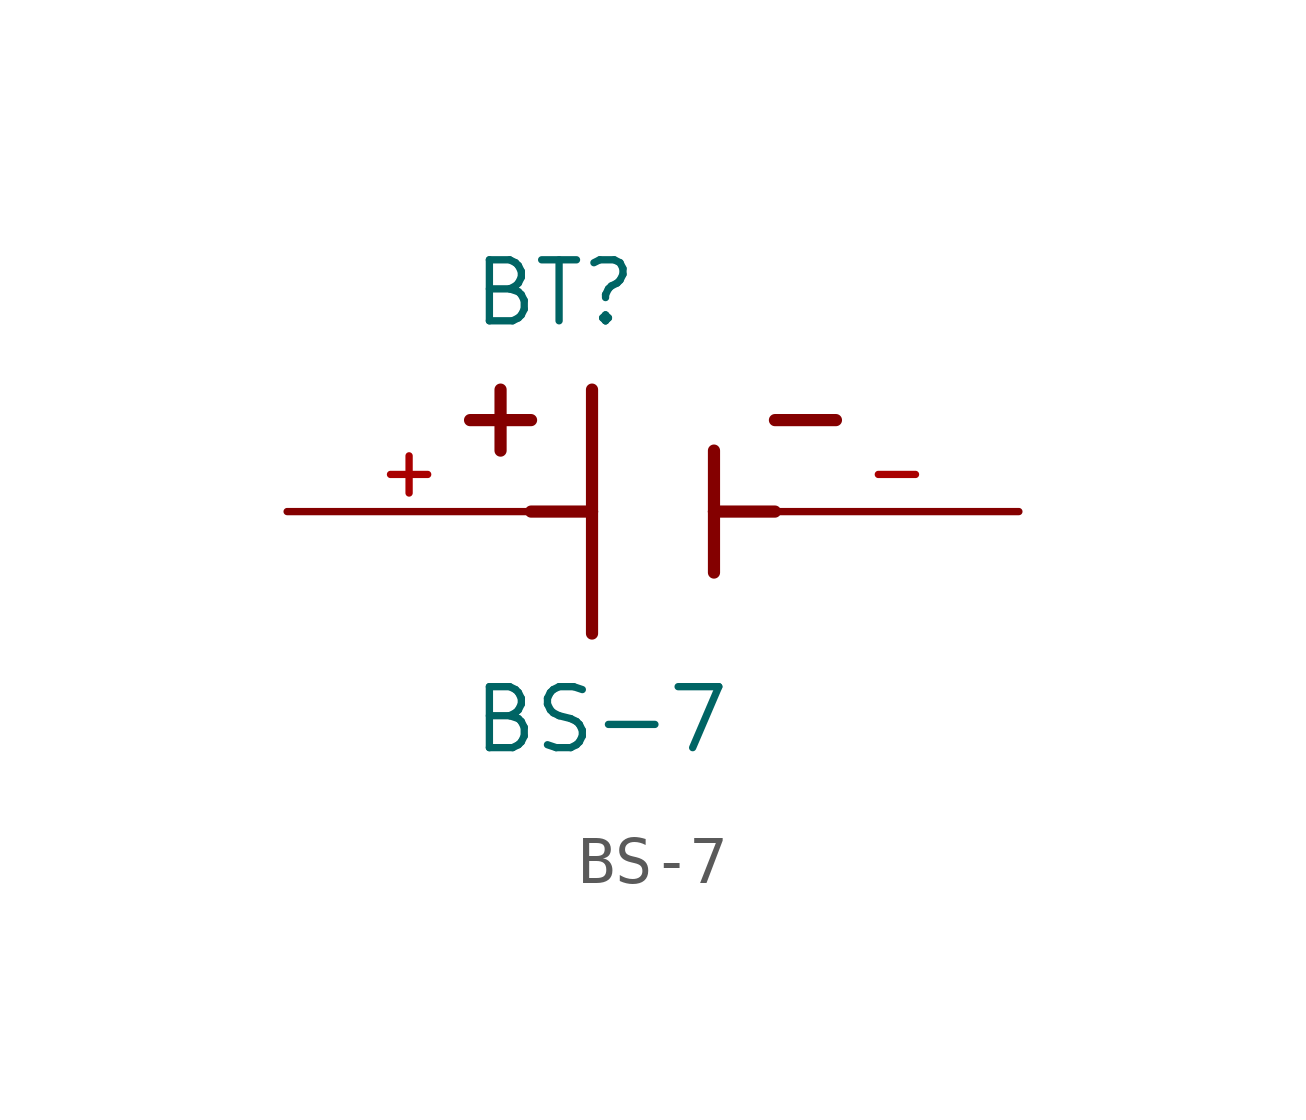
<source format=kicad_sym>
(kicad_symbol_lib
  (version 20211014)
  (generator kicad_symbol_editor)
  (symbol "BS-7"
    (pin_names
      (offset 1.016))
    (property "Reference" "BT"
      (at -3.81 3.81 0)
      (effects (font (size 1.27 1.27)) (justify bottom left)))
    (property "Value" "BS-7"
      (at -3.81 -5.08 0)
      (effects (font (size 1.27 1.27)) (justify bottom left)))
    (symbol "BS-7_0_0"
      (polyline (pts (xy -1.27 2.54) (xy -1.27 0.0)) (stroke (width 0.254)))
      (polyline (pts (xy -1.27 0.0) (xy -1.27 -2.54)) (stroke (width 0.254)))
      (polyline (pts (xy 1.27 1.27) (xy 1.27 0.0)) (stroke (width 0.254)))
      (polyline (pts (xy 1.27 0.0) (xy 1.27 -1.27)) (stroke (width 0.254)))
      (polyline (pts (xy -1.27 0.0) (xy -2.54 0.0)) (stroke (width 0.254)))
      (polyline (pts (xy 1.27 0.0) (xy 2.54 0.0)) (stroke (width 0.254)))
      (polyline (pts (xy -3.175 2.54) (xy -3.175 1.27)) (stroke (width 0.254)))
      (polyline (pts (xy -3.81 1.905) (xy -2.54 1.905)) (stroke (width 0.254)))
      (polyline (pts (xy 2.54 1.905) (xy 3.81 1.905)) (stroke (width 0.254)))
      (pin passive line (at -7.62 0.0 0) (length 5.08) (name "~" (effects (font (size 1.016 1.016)))) (number "+" (effects (font (size 1.016 1.016)))))
      (pin passive line (at 7.62 0.0 180.0) (length 5.08) (name "~" (effects (font (size 1.016 1.016)))) (number "-" (effects (font (size 1.016 1.016))))))))
</source>
